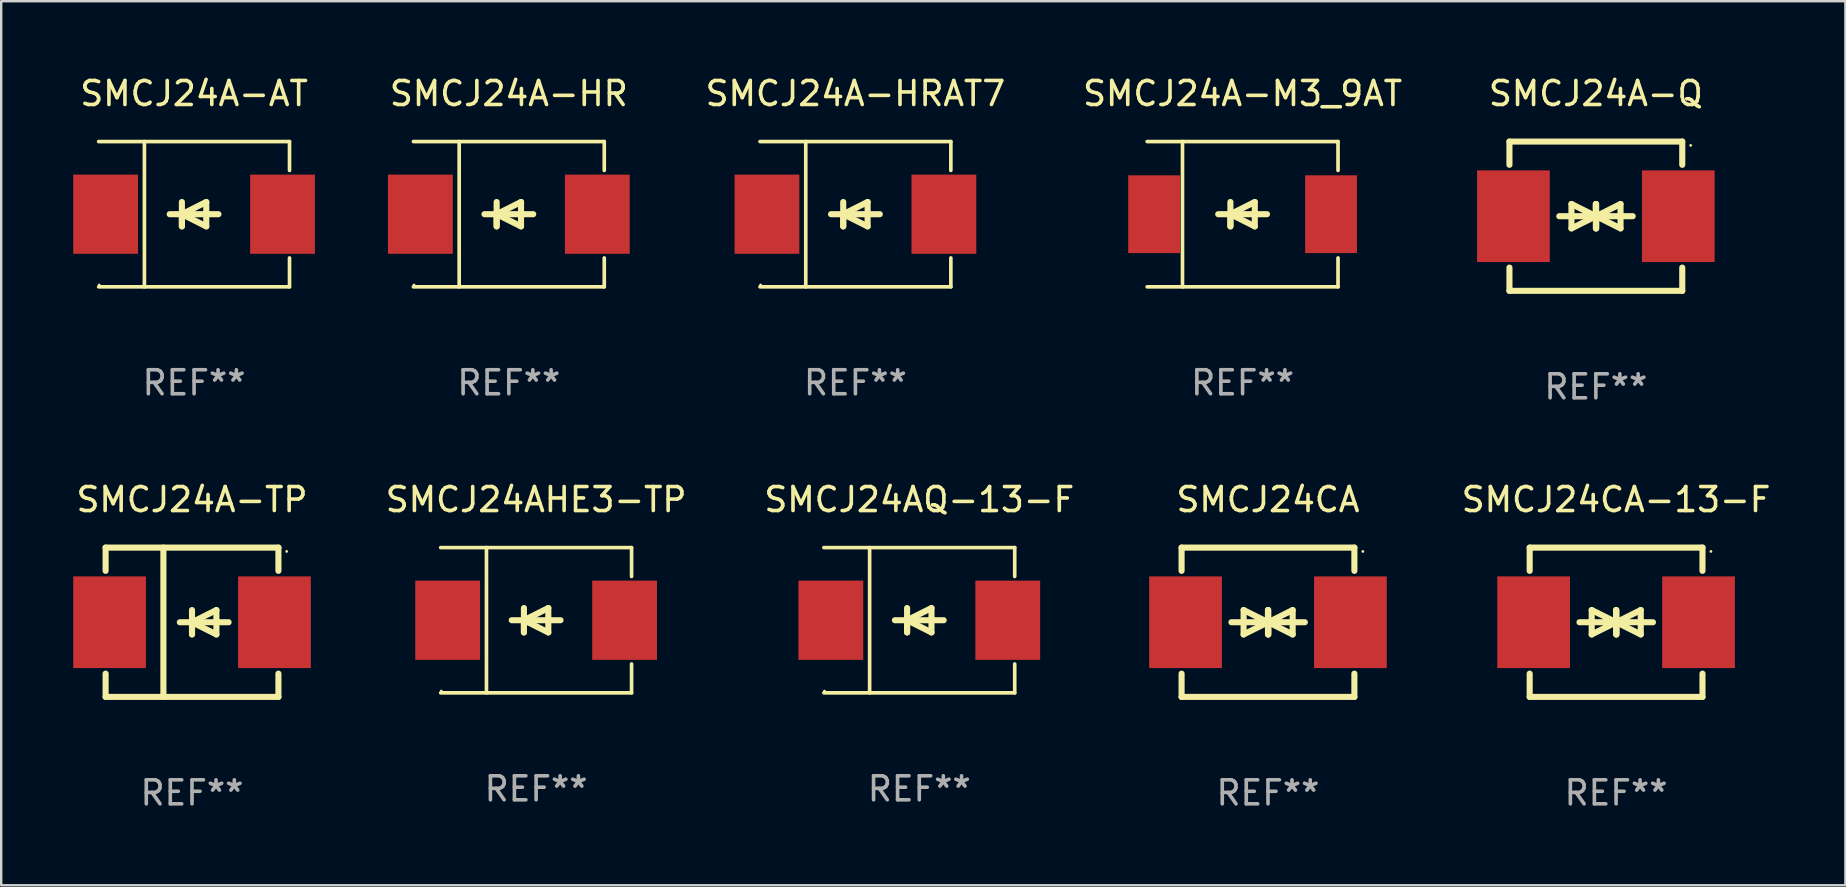
<source format=kicad_pcb>
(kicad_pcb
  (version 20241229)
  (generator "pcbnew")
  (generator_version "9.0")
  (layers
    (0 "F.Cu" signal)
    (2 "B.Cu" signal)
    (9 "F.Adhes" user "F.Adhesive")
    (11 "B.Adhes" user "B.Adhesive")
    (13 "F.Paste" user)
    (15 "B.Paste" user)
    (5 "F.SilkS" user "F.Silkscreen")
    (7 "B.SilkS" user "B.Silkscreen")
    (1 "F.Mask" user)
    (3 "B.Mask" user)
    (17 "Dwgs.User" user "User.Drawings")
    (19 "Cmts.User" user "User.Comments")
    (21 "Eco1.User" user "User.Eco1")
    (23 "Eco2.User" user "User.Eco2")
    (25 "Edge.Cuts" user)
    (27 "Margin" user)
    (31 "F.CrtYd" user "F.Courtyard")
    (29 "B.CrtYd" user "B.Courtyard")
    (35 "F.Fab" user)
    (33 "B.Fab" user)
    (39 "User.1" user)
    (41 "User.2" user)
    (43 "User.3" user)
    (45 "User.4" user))
  (footprint "SMCJ24A-HRAT7"
    (layer "F.Cu")
    (at 32.59 5.874)
    (property "Reference" "SMCJ24A-HRAT7" (at 0 -5.026 0) (layer "F.SilkS") (effects (font (size 1 1) (thickness 0.15))))
    (attr through_hole)
    (fp_line (start -3.976 -3.026) (end 3.976 -3.026) (stroke (width 0.152) (type solid)) (layer "F.SilkS"))
    (fp_line (start -3.976 3.026) (end 3.976 3.026) (stroke (width 0.152) (type solid)) (layer "F.SilkS"))
    (fp_line (start -2.069 -3.026) (end -2.069 3.026) (stroke (width 0.152) (type solid)) (layer "F.SilkS"))
    (fp_line (start -0.508 0) (end -0.508 0.508) (stroke (width 0.254) (type solid)) (layer "F.SilkS"))
    (fp_line (start -0.508 0) (end 0.508 0.508) (stroke (width 0.254) (type solid)) (layer "F.SilkS"))
    (fp_line (start -0.508 0.508) (end -0.508 -0.508) (stroke (width 0.254) (type solid)) (layer "F.SilkS"))
    (fp_line (start 0.508 -0.508) (end -0.508 0) (stroke (width 0.254) (type solid)) (layer "F.SilkS"))
    (fp_line (start 0.508 0.508) (end 0.508 -0.508) (stroke (width 0.254) (type solid)) (layer "F.SilkS"))
    (fp_line (start 1.016 0) (end -1.016 0) (stroke (width 0.254) (type solid)) (layer "F.SilkS"))
    (fp_line (start 3.976 -3.026) (end 3.976 -1.823) (stroke (width 0.152) (type solid)) (layer "F.SilkS"))
    (fp_line (start 3.976 3.026) (end 3.976 1.823) (stroke (width 0.152) (type solid)) (layer "F.SilkS"))
    (fp_circle (center -3.95 2.95) (end -3.92 2.95) (stroke (width 0.06) (type solid)) (fill no) (layer "F.SilkS"))
    (fp_text user "REF**" (at 0 7.026 0) (layer "F.Fab") (effects (font (size 1 1) (thickness 0.15))))
    (pad "1" smd rect (at -3.686 0) (size 2.7 3.3) (layers "F.Cu" "F.Mask" "F.Paste"))
    (pad "2" smd rect (at 3.686 0) (size 2.7 3.3) (layers "F.Cu" "F.Mask" "F.Paste")))
  (footprint "SMCJ24AQ-13-F"
    (layer "F.Cu")
    (at 35.251 22.791)
    (property "Reference" "SMCJ24AQ-13-F" (at 0 -5.026 0) (layer "F.SilkS") (effects (font (size 1 1) (thickness 0.15))))
    (attr through_hole)
    (fp_line (start -3.976 -3.026) (end 3.976 -3.026) (stroke (width 0.152) (type solid)) (layer "F.SilkS"))
    (fp_line (start -3.976 3.026) (end 3.976 3.026) (stroke (width 0.152) (type solid)) (layer "F.SilkS"))
    (fp_line (start -2.069 -3.026) (end -2.069 3.026) (stroke (width 0.152) (type solid)) (layer "F.SilkS"))
    (fp_line (start -0.508 0) (end -0.508 0.508) (stroke (width 0.254) (type solid)) (layer "F.SilkS"))
    (fp_line (start -0.508 0) (end 0.508 0.508) (stroke (width 0.254) (type solid)) (layer "F.SilkS"))
    (fp_line (start -0.508 0.508) (end -0.508 -0.508) (stroke (width 0.254) (type solid)) (layer "F.SilkS"))
    (fp_line (start 0.508 -0.508) (end -0.508 0) (stroke (width 0.254) (type solid)) (layer "F.SilkS"))
    (fp_line (start 0.508 0.508) (end 0.508 -0.508) (stroke (width 0.254) (type solid)) (layer "F.SilkS"))
    (fp_line (start 1.016 0) (end -1.016 0) (stroke (width 0.254) (type solid)) (layer "F.SilkS"))
    (fp_line (start 3.976 -3.026) (end 3.976 -1.823) (stroke (width 0.152) (type solid)) (layer "F.SilkS"))
    (fp_line (start 3.976 3.026) (end 3.976 1.823) (stroke (width 0.152) (type solid)) (layer "F.SilkS"))
    (fp_circle (center -3.95 2.95) (end -3.92 2.95) (stroke (width 0.06) (type solid)) (fill no) (layer "F.SilkS"))
    (fp_text user "REF**" (at 0 7.026 0) (layer "F.Fab") (effects (font (size 1 1) (thickness 0.15))))
    (pad "1" smd rect (at -3.686 0) (size 2.7 3.3) (layers "F.Cu" "F.Mask" "F.Paste"))
    (pad "2" smd rect (at 3.686 0) (size 2.7 3.3) (layers "F.Cu" "F.Mask" "F.Paste")))
  (footprint "SMCJ24CA"
    (layer "F.Cu")
    (at 49.779 22.875)
    (property "Reference" "SMCJ24CA" (at 0 -5.11 0) (layer "F.SilkS") (effects (font (size 1 1) (thickness 0.15))))
    (attr through_hole)
    (fp_line (start -3.6 -2.141) (end -3.6 -3.11) (stroke (width 0.254) (type solid)) (layer "F.SilkS"))
    (fp_line (start -3.6 3.11) (end -3.6 2.141) (stroke (width 0.254) (type solid)) (layer "F.SilkS"))
    (fp_line (start -1.524 0) (end 0.508 0) (stroke (width 0.254) (type solid)) (layer "F.SilkS"))
    (fp_line (start -1.016 -0.508) (end -1.016 0.508) (stroke (width 0.254) (type solid)) (layer "F.SilkS"))
    (fp_line (start -1.016 0.508) (end 0 0) (stroke (width 0.254) (type solid)) (layer "F.SilkS"))
    (fp_line (start 0 -0.508) (end 0 0.508) (stroke (width 0.254) (type solid)) (layer "F.SilkS"))
    (fp_line (start 0 0) (end -1.016 -0.508) (stroke (width 0.254) (type solid)) (layer "F.SilkS"))
    (fp_line (start 0 0) (end 0 -0.508) (stroke (width 0.254) (type solid)) (layer "F.SilkS"))
    (fp_line (start 0.012 0) (end 0.012 0.508) (stroke (width 0.254) (type solid)) (layer "F.SilkS"))
    (fp_line (start 0.012 0) (end 1.028 0.508) (stroke (width 0.254) (type solid)) (layer "F.SilkS"))
    (fp_line (start 0.012 0.508) (end 0.012 -0.508) (stroke (width 0.254) (type solid)) (layer "F.SilkS"))
    (fp_line (start 1.028 -0.508) (end 0.012 0) (stroke (width 0.254) (type solid)) (layer "F.SilkS"))
    (fp_line (start 1.028 0.508) (end 1.028 -0.508) (stroke (width 0.254) (type solid)) (layer "F.SilkS"))
    (fp_line (start 1.536 0) (end -0.496 0) (stroke (width 0.254) (type solid)) (layer "F.SilkS"))
    (fp_line (start 3.6 -3.11) (end -3.6 -3.11) (stroke (width 0.254) (type solid)) (layer "F.SilkS"))
    (fp_line (start 3.6 -2.141) (end 3.6 -3.11) (stroke (width 0.254) (type solid)) (layer "F.SilkS"))
    (fp_line (start 3.6 3.11) (end -3.6 3.11) (stroke (width 0.254) (type solid)) (layer "F.SilkS"))
    (fp_line (start 3.6 3.11) (end 3.6 2.141) (stroke (width 0.254) (type solid)) (layer "F.SilkS"))
    (fp_circle (center 3.952 -2.95) (end 3.982 -2.95) (stroke (width 0.06) (type solid)) (fill no) (layer "F.SilkS"))
    (fp_text user "REF**" (at 0 7.11 0) (layer "F.Fab") (effects (font (size 1 1) (thickness 0.15))))
    (pad "1" smd rect (at 3.435 0) (size 3.03 3.82) (layers "F.Cu" "F.Mask" "F.Paste"))
    (pad "2" smd rect (at -3.435 0) (size 3.03 3.82) (layers "F.Cu" "F.Mask" "F.Paste")))
  (footprint "SMCJ24A-HR"
    (layer "F.Cu")
    (at 18.15 5.874)
    (property "Reference" "SMCJ24A-HR" (at 0 -5.026 0) (layer "F.SilkS") (effects (font (size 1 1) (thickness 0.15))))
    (attr through_hole)
    (fp_line (start -3.976 -3.026) (end 3.976 -3.026) (stroke (width 0.152) (type solid)) (layer "F.SilkS"))
    (fp_line (start -3.976 3.026) (end 3.976 3.026) (stroke (width 0.152) (type solid)) (layer "F.SilkS"))
    (fp_line (start -2.069 -3.026) (end -2.069 3.026) (stroke (width 0.152) (type solid)) (layer "F.SilkS"))
    (fp_line (start -0.508 0) (end -0.508 0.508) (stroke (width 0.254) (type solid)) (layer "F.SilkS"))
    (fp_line (start -0.508 0) (end 0.508 0.508) (stroke (width 0.254) (type solid)) (layer "F.SilkS"))
    (fp_line (start -0.508 0.508) (end -0.508 -0.508) (stroke (width 0.254) (type solid)) (layer "F.SilkS"))
    (fp_line (start 0.508 -0.508) (end -0.508 0) (stroke (width 0.254) (type solid)) (layer "F.SilkS"))
    (fp_line (start 0.508 0.508) (end 0.508 -0.508) (stroke (width 0.254) (type solid)) (layer "F.SilkS"))
    (fp_line (start 1.016 0) (end -1.016 0) (stroke (width 0.254) (type solid)) (layer "F.SilkS"))
    (fp_line (start 3.976 -3.026) (end 3.976 -1.823) (stroke (width 0.152) (type solid)) (layer "F.SilkS"))
    (fp_line (start 3.976 3.026) (end 3.976 1.823) (stroke (width 0.152) (type solid)) (layer "F.SilkS"))
    (fp_circle (center -3.95 2.95) (end -3.92 2.95) (stroke (width 0.06) (type solid)) (fill no) (layer "F.SilkS"))
    (fp_text user "REF**" (at 0 7.026 0) (layer "F.Fab") (effects (font (size 1 1) (thickness 0.15))))
    (pad "1" smd rect (at -3.686 0) (size 2.7 3.3) (layers "F.Cu" "F.Mask" "F.Paste"))
    (pad "2" smd rect (at 3.686 0) (size 2.7 3.3) (layers "F.Cu" "F.Mask" "F.Paste")))
  (footprint "SMCJ24AHE3-TP"
    (layer "F.Cu")
    (at 19.287 22.791)
    (property "Reference" "SMCJ24AHE3-TP" (at 0 -5.026 0) (layer "F.SilkS") (effects (font (size 1 1) (thickness 0.15))))
    (attr through_hole)
    (fp_line (start -3.976 -3.026) (end 3.976 -3.026) (stroke (width 0.152) (type solid)) (layer "F.SilkS"))
    (fp_line (start -3.976 3.026) (end 3.976 3.026) (stroke (width 0.152) (type solid)) (layer "F.SilkS"))
    (fp_line (start -2.069 -3.026) (end -2.069 3.026) (stroke (width 0.152) (type solid)) (layer "F.SilkS"))
    (fp_line (start -0.508 0) (end -0.508 0.508) (stroke (width 0.254) (type solid)) (layer "F.SilkS"))
    (fp_line (start -0.508 0) (end 0.508 0.508) (stroke (width 0.254) (type solid)) (layer "F.SilkS"))
    (fp_line (start -0.508 0.508) (end -0.508 -0.508) (stroke (width 0.254) (type solid)) (layer "F.SilkS"))
    (fp_line (start 0.508 -0.508) (end -0.508 0) (stroke (width 0.254) (type solid)) (layer "F.SilkS"))
    (fp_line (start 0.508 0.508) (end 0.508 -0.508) (stroke (width 0.254) (type solid)) (layer "F.SilkS"))
    (fp_line (start 1.016 0) (end -1.016 0) (stroke (width 0.254) (type solid)) (layer "F.SilkS"))
    (fp_line (start 3.976 -3.026) (end 3.976 -1.823) (stroke (width 0.152) (type solid)) (layer "F.SilkS"))
    (fp_line (start 3.976 3.026) (end 3.976 1.823) (stroke (width 0.152) (type solid)) (layer "F.SilkS"))
    (fp_circle (center -3.95 2.95) (end -3.92 2.95) (stroke (width 0.06) (type solid)) (fill no) (layer "F.SilkS"))
    (fp_text user "REF**" (at 0 7.026 0) (layer "F.Fab") (effects (font (size 1 1) (thickness 0.15))))
    (pad "1" smd rect (at -3.686 0) (size 2.7 3.3) (layers "F.Cu" "F.Mask" "F.Paste"))
    (pad "2" smd rect (at 3.686 0) (size 2.7 3.3) (layers "F.Cu" "F.Mask" "F.Paste")))
  (footprint "SMCJ24A-Q"
    (layer "F.Cu")
    (at 63.439 5.958)
    (property "Reference" "SMCJ24A-Q" (at 0 -5.11 0) (layer "F.SilkS") (effects (font (size 1 1) (thickness 0.15))))
    (attr through_hole)
    (fp_line (start -3.6 -2.141) (end -3.6 -3.11) (stroke (width 0.254) (type solid)) (layer "F.SilkS"))
    (fp_line (start -3.6 3.11) (end -3.6 2.141) (stroke (width 0.254) (type solid)) (layer "F.SilkS"))
    (fp_line (start -1.524 0) (end 0.508 0) (stroke (width 0.254) (type solid)) (layer "F.SilkS"))
    (fp_line (start -1.016 -0.508) (end -1.016 0.508) (stroke (width 0.254) (type solid)) (layer "F.SilkS"))
    (fp_line (start -1.016 0.508) (end 0 0) (stroke (width 0.254) (type solid)) (layer "F.SilkS"))
    (fp_line (start 0 -0.508) (end 0 0.508) (stroke (width 0.254) (type solid)) (layer "F.SilkS"))
    (fp_line (start 0 0) (end -1.016 -0.508) (stroke (width 0.254) (type solid)) (layer "F.SilkS"))
    (fp_line (start 0 0) (end 0 -0.508) (stroke (width 0.254) (type solid)) (layer "F.SilkS"))
    (fp_line (start 0.012 0) (end 0.012 0.508) (stroke (width 0.254) (type solid)) (layer "F.SilkS"))
    (fp_line (start 0.012 0) (end 1.028 0.508) (stroke (width 0.254) (type solid)) (layer "F.SilkS"))
    (fp_line (start 0.012 0.508) (end 0.012 -0.508) (stroke (width 0.254) (type solid)) (layer "F.SilkS"))
    (fp_line (start 1.028 -0.508) (end 0.012 0) (stroke (width 0.254) (type solid)) (layer "F.SilkS"))
    (fp_line (start 1.028 0.508) (end 1.028 -0.508) (stroke (width 0.254) (type solid)) (layer "F.SilkS"))
    (fp_line (start 1.536 0) (end -0.496 0) (stroke (width 0.254) (type solid)) (layer "F.SilkS"))
    (fp_line (start 3.6 -3.11) (end -3.6 -3.11) (stroke (width 0.254) (type solid)) (layer "F.SilkS"))
    (fp_line (start 3.6 -2.141) (end 3.6 -3.11) (stroke (width 0.254) (type solid)) (layer "F.SilkS"))
    (fp_line (start 3.6 3.11) (end -3.6 3.11) (stroke (width 0.254) (type solid)) (layer "F.SilkS"))
    (fp_line (start 3.6 3.11) (end 3.6 2.141) (stroke (width 0.254) (type solid)) (layer "F.SilkS"))
    (fp_circle (center 3.952 -2.95) (end 3.982 -2.95) (stroke (width 0.06) (type solid)) (fill no) (layer "F.SilkS"))
    (fp_text user "REF**" (at 0 7.11 0) (layer "F.Fab") (effects (font (size 1 1) (thickness 0.15))))
    (pad "1" smd rect (at 3.435 0) (size 3.03 3.82) (layers "F.Cu" "F.Mask" "F.Paste"))
    (pad "2" smd rect (at -3.435 0) (size 3.03 3.82) (layers "F.Cu" "F.Mask" "F.Paste")))
  (footprint "SMCJ24CA-13-F"
    (layer "F.Cu")
    (at 64.282 22.875)
    (property "Reference" "SMCJ24CA-13-F" (at 0 -5.11 0) (layer "F.SilkS") (effects (font (size 1 1) (thickness 0.15))))
    (attr through_hole)
    (fp_line (start -3.6 -2.141) (end -3.6 -3.11) (stroke (width 0.254) (type solid)) (layer "F.SilkS"))
    (fp_line (start -3.6 3.11) (end -3.6 2.141) (stroke (width 0.254) (type solid)) (layer "F.SilkS"))
    (fp_line (start -1.524 0) (end 0.508 0) (stroke (width 0.254) (type solid)) (layer "F.SilkS"))
    (fp_line (start -1.016 -0.508) (end -1.016 0.508) (stroke (width 0.254) (type solid)) (layer "F.SilkS"))
    (fp_line (start -1.016 0.508) (end 0 0) (stroke (width 0.254) (type solid)) (layer "F.SilkS"))
    (fp_line (start 0 -0.508) (end 0 0.508) (stroke (width 0.254) (type solid)) (layer "F.SilkS"))
    (fp_line (start 0 0) (end -1.016 -0.508) (stroke (width 0.254) (type solid)) (layer "F.SilkS"))
    (fp_line (start 0 0) (end 0 -0.508) (stroke (width 0.254) (type solid)) (layer "F.SilkS"))
    (fp_line (start 0.012 0) (end 0.012 0.508) (stroke (width 0.254) (type solid)) (layer "F.SilkS"))
    (fp_line (start 0.012 0) (end 1.028 0.508) (stroke (width 0.254) (type solid)) (layer "F.SilkS"))
    (fp_line (start 0.012 0.508) (end 0.012 -0.508) (stroke (width 0.254) (type solid)) (layer "F.SilkS"))
    (fp_line (start 1.028 -0.508) (end 0.012 0) (stroke (width 0.254) (type solid)) (layer "F.SilkS"))
    (fp_line (start 1.028 0.508) (end 1.028 -0.508) (stroke (width 0.254) (type solid)) (layer "F.SilkS"))
    (fp_line (start 1.536 0) (end -0.496 0) (stroke (width 0.254) (type solid)) (layer "F.SilkS"))
    (fp_line (start 3.6 -3.11) (end -3.6 -3.11) (stroke (width 0.254) (type solid)) (layer "F.SilkS"))
    (fp_line (start 3.6 -2.141) (end 3.6 -3.11) (stroke (width 0.254) (type solid)) (layer "F.SilkS"))
    (fp_line (start 3.6 3.11) (end -3.6 3.11) (stroke (width 0.254) (type solid)) (layer "F.SilkS"))
    (fp_line (start 3.6 3.11) (end 3.6 2.141) (stroke (width 0.254) (type solid)) (layer "F.SilkS"))
    (fp_circle (center 3.952 -2.95) (end 3.982 -2.95) (stroke (width 0.06) (type solid)) (fill no) (layer "F.SilkS"))
    (fp_text user "REF**" (at 0 7.11 0) (layer "F.Fab") (effects (font (size 1 1) (thickness 0.15))))
    (pad "1" smd rect (at 3.435 0) (size 3.03 3.82) (layers "F.Cu" "F.Mask" "F.Paste"))
    (pad "2" smd rect (at -3.435 0) (size 3.03 3.82) (layers "F.Cu" "F.Mask" "F.Paste")))
  (footprint "SMCJ24A-AT"
    (layer "F.Cu")
    (at 5.036 5.874)
    (property "Reference" "SMCJ24A-AT" (at 0 -5.026 0) (layer "F.SilkS") (effects (font (size 1 1) (thickness 0.15))))
    (attr through_hole)
    (fp_line (start -3.976 -3.026) (end 3.976 -3.026) (stroke (width 0.152) (type solid)) (layer "F.SilkS"))
    (fp_line (start -3.976 3.026) (end 3.976 3.026) (stroke (width 0.152) (type solid)) (layer "F.SilkS"))
    (fp_line (start -2.069 -3.026) (end -2.069 3.026) (stroke (width 0.152) (type solid)) (layer "F.SilkS"))
    (fp_line (start -0.508 0) (end -0.508 0.508) (stroke (width 0.254) (type solid)) (layer "F.SilkS"))
    (fp_line (start -0.508 0) (end 0.508 0.508) (stroke (width 0.254) (type solid)) (layer "F.SilkS"))
    (fp_line (start -0.508 0.508) (end -0.508 -0.508) (stroke (width 0.254) (type solid)) (layer "F.SilkS"))
    (fp_line (start 0.508 -0.508) (end -0.508 0) (stroke (width 0.254) (type solid)) (layer "F.SilkS"))
    (fp_line (start 0.508 0.508) (end 0.508 -0.508) (stroke (width 0.254) (type solid)) (layer "F.SilkS"))
    (fp_line (start 1.016 0) (end -1.016 0) (stroke (width 0.254) (type solid)) (layer "F.SilkS"))
    (fp_line (start 3.976 -3.026) (end 3.976 -1.823) (stroke (width 0.152) (type solid)) (layer "F.SilkS"))
    (fp_line (start 3.976 3.026) (end 3.976 1.823) (stroke (width 0.152) (type solid)) (layer "F.SilkS"))
    (fp_circle (center -3.95 2.95) (end -3.92 2.95) (stroke (width 0.06) (type solid)) (fill no) (layer "F.SilkS"))
    (fp_text user "REF**" (at 0 7.026 0) (layer "F.Fab") (effects (font (size 1 1) (thickness 0.15))))
    (pad "1" smd rect (at -3.686 0) (size 2.7 3.3) (layers "F.Cu" "F.Mask" "F.Paste"))
    (pad "2" smd rect (at 3.686 0) (size 2.7 3.3) (layers "F.Cu" "F.Mask" "F.Paste")))
  (footprint "SMCJ24A-TP"
    (layer "F.Cu")
    (at 4.95 22.875)
    (property "Reference" "SMCJ24A-TP" (at 0 -5.11 0) (layer "F.SilkS") (effects (font (size 1 1) (thickness 0.15))))
    (attr through_hole)
    (fp_line (start -3.6 -3.11) (end -3.6 -2.141) (stroke (width 0.254) (type solid)) (layer "F.SilkS"))
    (fp_line (start -3.6 -3.11) (end 3.6 -3.11) (stroke (width 0.254) (type solid)) (layer "F.SilkS"))
    (fp_line (start -3.6 2.141) (end -3.6 3.11) (stroke (width 0.254) (type solid)) (layer "F.SilkS"))
    (fp_line (start -3.6 3.11) (end 3.6 3.11) (stroke (width 0.254) (type solid)) (layer "F.SilkS"))
    (fp_line (start -1.192 -3.11) (end -1.192 3.11) (stroke (width 0.254) (type solid)) (layer "F.SilkS"))
    (fp_line (start 0 0) (end 0 0.508) (stroke (width 0.254) (type solid)) (layer "F.SilkS"))
    (fp_line (start 0 0) (end 1.016 0.508) (stroke (width 0.254) (type solid)) (layer "F.SilkS"))
    (fp_line (start 0 0.508) (end 0 -0.508) (stroke (width 0.254) (type solid)) (layer "F.SilkS"))
    (fp_line (start 1.016 -0.508) (end 0 0) (stroke (width 0.254) (type solid)) (layer "F.SilkS"))
    (fp_line (start 1.016 0.508) (end 1.016 -0.508) (stroke (width 0.254) (type solid)) (layer "F.SilkS"))
    (fp_line (start 1.524 0) (end -0.508 0) (stroke (width 0.254) (type solid)) (layer "F.SilkS"))
    (fp_line (start 3.6 -3.11) (end 3.6 -2.141) (stroke (width 0.254) (type solid)) (layer "F.SilkS"))
    (fp_line (start 3.6 2.141) (end 3.6 3.11) (stroke (width 0.254) (type solid)) (layer "F.SilkS"))
    (fp_circle (center 3.943 -2.952) (end 3.973 -2.952) (stroke (width 0.06) (type solid)) (fill no) (layer "F.SilkS"))
    (fp_text user "REF**" (at 0 7.11 0) (layer "F.Fab") (effects (font (size 1 1) (thickness 0.15))))
    (pad "1" smd rect (at 3.435 0 180) (size 3.03 3.82) (layers "F.Cu" "F.Mask" "F.Paste"))
    (pad "2" smd rect (at -3.435 0 180) (size 3.03 3.82) (layers "F.Cu" "F.Mask" "F.Paste")))
  (footprint "SMCJ24A-M3_9AT"
    (layer "F.Cu")
    (at 48.721 5.874)
    (property "Reference" "SMCJ24A-M3_9AT" (at 0 -5.026 0) (layer "F.SilkS") (effects (font (size 1 1) (thickness 0.15))))
    (attr through_hole)
    (fp_line (start -3.976 -3.026) (end 3.976 -3.026) (stroke (width 0.152) (type solid)) (layer "F.SilkS"))
    (fp_line (start -3.976 3.026) (end 3.976 3.026) (stroke (width 0.152) (type solid)) (layer "F.SilkS"))
    (fp_line (start -2.504 -3.026) (end -2.504 3.026) (stroke (width 0.152) (type solid)) (layer "F.SilkS"))
    (fp_line (start -0.508 0) (end -0.508 0.508) (stroke (width 0.254) (type solid)) (layer "F.SilkS"))
    (fp_line (start -0.508 0) (end 0.508 0.508) (stroke (width 0.254) (type solid)) (layer "F.SilkS"))
    (fp_line (start -0.508 0.508) (end -0.508 -0.508) (stroke (width 0.254) (type solid)) (layer "F.SilkS"))
    (fp_line (start 0.508 -0.508) (end -0.508 0) (stroke (width 0.254) (type solid)) (layer "F.SilkS"))
    (fp_line (start 0.508 0.508) (end 0.508 -0.508) (stroke (width 0.254) (type solid)) (layer "F.SilkS"))
    (fp_line (start 1.016 0) (end -1.016 0) (stroke (width 0.254) (type solid)) (layer "F.SilkS"))
    (fp_line (start 3.976 -3.026) (end 3.976 -1.823) (stroke (width 0.152) (type solid)) (layer "F.SilkS"))
    (fp_line (start 3.976 3.026) (end 3.976 1.823) (stroke (width 0.152) (type solid)) (layer "F.SilkS"))
    (fp_circle (center 3.95 -2.95) (end 3.98 -2.95) (stroke (width 0.06) (type solid)) (fill no) (layer "F.SilkS"))
    (fp_text user "REF**" (at 0 7.026 0) (layer "F.Fab") (effects (font (size 1 1) (thickness 0.15))))
    (pad "1" smd rect (at 3.686 0 180) (size 2.158 3.24) (layers "F.Cu" "F.Mask" "F.Paste"))
    (pad "2" smd rect (at -3.686 0 180) (size 2.158 3.24) (layers "F.Cu" "F.Mask" "F.Paste")))
  (gr_rect
    (start -3 -3)
    (end 73.836 33.833)
    (stroke (width 0.1) (type default))
    (fill no)
    (layer "Edge.Cuts")))
</source>
